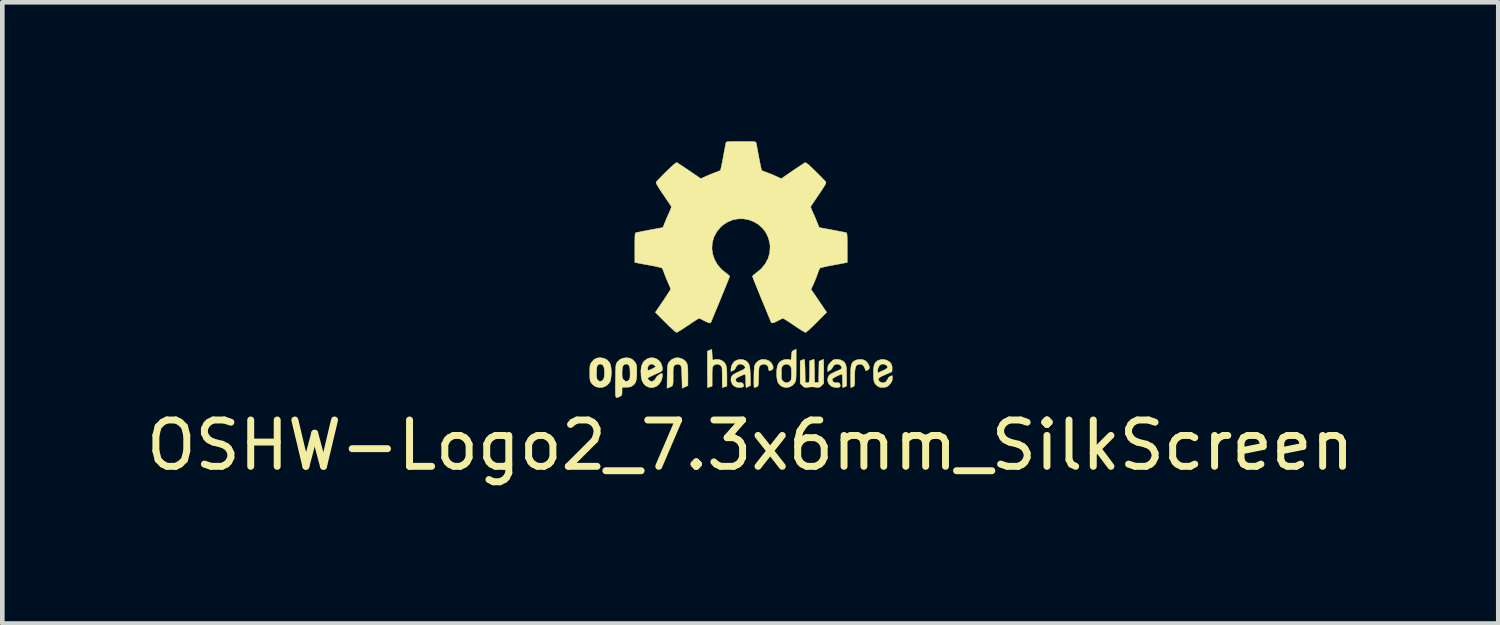
<source format=kicad_pcb>
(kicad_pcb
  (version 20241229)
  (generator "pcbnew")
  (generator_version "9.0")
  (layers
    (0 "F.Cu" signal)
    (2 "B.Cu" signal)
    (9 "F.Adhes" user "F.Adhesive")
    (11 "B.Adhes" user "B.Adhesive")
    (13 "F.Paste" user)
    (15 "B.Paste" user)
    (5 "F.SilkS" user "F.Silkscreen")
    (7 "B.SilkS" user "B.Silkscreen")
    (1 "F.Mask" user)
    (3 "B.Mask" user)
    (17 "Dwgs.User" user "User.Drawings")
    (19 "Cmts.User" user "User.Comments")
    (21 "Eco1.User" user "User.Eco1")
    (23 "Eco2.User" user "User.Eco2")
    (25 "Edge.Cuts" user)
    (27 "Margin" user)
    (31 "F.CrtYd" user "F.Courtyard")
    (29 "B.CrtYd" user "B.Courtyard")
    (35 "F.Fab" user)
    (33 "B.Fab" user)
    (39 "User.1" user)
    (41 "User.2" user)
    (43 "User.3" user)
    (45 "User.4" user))
  (footprint "OSHW-Logo2_7.3x6mm_SilkScreen"
    (layer "F.Cu")
    (at 12.949 2.763)
    (property "Reference" "OSHW-Logo2_7.3x6mm_SilkScreen" (at 0.2 3.8 0) (layer "F.SilkS") (effects (font (size 1 1) (thickness 0.15))))
    (attr exclude_from_pos_files exclude_from_bom)
    (fp_poly (pts (xy 2.653 1.959) (xy 2.67 1.966) (xy 2.711 1.999) (xy 2.747 2.047) (xy 2.769 2.097) (xy 2.772 2.122) (xy 2.76 2.157) (xy 2.734 2.175) (xy 2.706 2.187) (xy 2.693 2.189) (xy 2.687 2.174) (xy 2.674 2.141) (xy 2.669 2.127) (xy 2.639 2.076) (xy 2.595 2.05) (xy 2.538 2.051) (xy 2.534 2.052) (xy 2.504 2.067) (xy 2.481 2.094) (xy 2.466 2.139) (xy 2.457 2.205) (xy 2.453 2.294) (xy 2.453 2.341) (xy 2.453 2.416) (xy 2.452 2.467) (xy 2.448 2.499) (xy 2.442 2.518) (xy 2.432 2.529) (xy 2.417 2.537) (xy 2.416 2.538) (xy 2.387 2.55) (xy 2.372 2.555) (xy 2.37 2.541) (xy 2.368 2.503) (xy 2.367 2.446) (xy 2.366 2.374) (xy 2.366 2.322) (xy 2.367 2.22) (xy 2.37 2.143) (xy 2.377 2.086) (xy 2.389 2.045) (xy 2.407 2.014) (xy 2.432 1.99) (xy 2.457 1.973) (xy 2.517 1.951) (xy 2.587 1.946) (xy 2.653 1.959)) (stroke (width 0.01) (type solid)) (fill yes) (layer "F.SilkS"))
    (fp_poly (pts (xy -1.284 1.928) (xy -1.237 1.955) (xy -1.205 1.981) (xy -1.181 2.009) (xy -1.165 2.044) (xy -1.155 2.089) (xy -1.149 2.151) (xy -1.147 2.234) (xy -1.147 2.293) (xy -1.147 2.512) (xy -1.208 2.54) (xy -1.27 2.568) (xy -1.277 2.328) (xy -1.28 2.238) (xy -1.283 2.173) (xy -1.287 2.128) (xy -1.293 2.099) (xy -1.3 2.081) (xy -1.31 2.07) (xy -1.313 2.067) (xy -1.36 2.048) (xy -1.408 2.056) (xy -1.437 2.076) (xy -1.449 2.09) (xy -1.457 2.108) (xy -1.462 2.136) (xy -1.465 2.179) (xy -1.466 2.242) (xy -1.466 2.307) (xy -1.466 2.389) (xy -1.467 2.447) (xy -1.472 2.486) (xy -1.482 2.512) (xy -1.499 2.528) (xy -1.525 2.541) (xy -1.56 2.554) (xy -1.598 2.569) (xy -1.594 2.311) (xy -1.592 2.219) (xy -1.59 2.15) (xy -1.587 2.101) (xy -1.582 2.066) (xy -1.575 2.042) (xy -1.566 2.022) (xy -1.554 2.005) (xy -1.499 1.95) (xy -1.431 1.918) (xy -1.357 1.91) (xy -1.284 1.928)) (stroke (width 0.01) (type solid)) (fill yes) (layer "F.SilkS"))
    (fp_poly (pts (xy 0.53 1.95) (xy 0.596 1.974) (xy 0.649 2.017) (xy 0.67 2.047) (xy 0.693 2.103) (xy 0.692 2.143) (xy 0.669 2.17) (xy 0.66 2.175) (xy 0.622 2.189) (xy 0.602 2.185) (xy 0.595 2.161) (xy 0.595 2.148) (xy 0.583 2.099) (xy 0.551 2.065) (xy 0.508 2.048) (xy 0.459 2.053) (xy 0.419 2.074) (xy 0.405 2.087) (xy 0.396 2.101) (xy 0.389 2.124) (xy 0.385 2.159) (xy 0.383 2.212) (xy 0.381 2.288) (xy 0.38 2.312) (xy 0.378 2.394) (xy 0.376 2.451) (xy 0.372 2.49) (xy 0.367 2.513) (xy 0.359 2.526) (xy 0.347 2.535) (xy 0.339 2.538) (xy 0.307 2.55) (xy 0.288 2.555) (xy 0.282 2.541) (xy 0.278 2.5) (xy 0.277 2.431) (xy 0.278 2.334) (xy 0.278 2.319) (xy 0.28 2.23) (xy 0.283 2.165) (xy 0.286 2.119) (xy 0.292 2.087) (xy 0.3 2.064) (xy 0.311 2.044) (xy 0.317 2.035) (xy 0.35 1.998) (xy 0.388 1.969) (xy 0.392 1.966) (xy 0.459 1.946) (xy 0.53 1.95)) (stroke (width 0.01) (type solid)) (fill yes) (layer "F.SilkS"))
    (fp_poly (pts (xy -0.624 1.851) (xy -0.62 1.911) (xy -0.615 1.946) (xy -0.608 1.961) (xy -0.598 1.961) (xy -0.595 1.959) (xy -0.552 1.946) (xy -0.497 1.947) (xy -0.44 1.96) (xy -0.405 1.978) (xy -0.369 2.006) (xy -0.342 2.038) (xy -0.324 2.078) (xy -0.313 2.132) (xy -0.307 2.204) (xy -0.305 2.299) (xy -0.305 2.317) (xy -0.305 2.523) (xy -0.351 2.539) (xy -0.383 2.549) (xy -0.401 2.554) (xy -0.401 2.555) (xy -0.403 2.541) (xy -0.405 2.503) (xy -0.406 2.446) (xy -0.406 2.375) (xy -0.406 2.332) (xy -0.407 2.247) (xy -0.408 2.186) (xy -0.41 2.144) (xy -0.415 2.117) (xy -0.422 2.098) (xy -0.433 2.085) (xy -0.44 2.078) (xy -0.487 2.051) (xy -0.538 2.049) (xy -0.584 2.072) (xy -0.593 2.08) (xy -0.605 2.095) (xy -0.614 2.114) (xy -0.619 2.14) (xy -0.622 2.18) (xy -0.624 2.238) (xy -0.624 2.318) (xy -0.624 2.523) (xy -0.67 2.539) (xy -0.702 2.549) (xy -0.72 2.554) (xy -0.721 2.555) (xy -0.722 2.541) (xy -0.723 2.501) (xy -0.724 2.441) (xy -0.725 2.362) (xy -0.726 2.269) (xy -0.726 2.167) (xy -0.726 1.769) (xy -0.679 1.749) (xy -0.631 1.73) (xy -0.624 1.851)) (stroke (width 0.01) (type solid)) (fill yes) (layer "F.SilkS"))
    (fp_poly (pts (xy 1.78 1.959) (xy 1.782 1.997) (xy 1.784 2.055) (xy 1.785 2.128) (xy 1.785 2.205) (xy 1.785 2.465) (xy 1.739 2.511) (xy 1.708 2.539) (xy 1.68 2.551) (xy 1.642 2.55) (xy 1.627 2.548) (xy 1.58 2.543) (xy 1.541 2.54) (xy 1.531 2.54) (xy 1.499 2.541) (xy 1.453 2.546) (xy 1.436 2.548) (xy 1.392 2.552) (xy 1.363 2.544) (xy 1.334 2.521) (xy 1.323 2.511) (xy 1.277 2.465) (xy 1.277 1.979) (xy 1.314 1.962) (xy 1.346 1.949) (xy 1.365 1.945) (xy 1.369 1.959) (xy 1.374 1.997) (xy 1.378 2.056) (xy 1.381 2.132) (xy 1.382 2.195) (xy 1.386 2.446) (xy 1.421 2.451) (xy 1.452 2.447) (xy 1.468 2.436) (xy 1.472 2.415) (xy 1.476 2.371) (xy 1.478 2.309) (xy 1.48 2.235) (xy 1.48 2.197) (xy 1.48 1.977) (xy 1.526 1.961) (xy 1.559 1.95) (xy 1.576 1.945) (xy 1.577 1.945) (xy 1.578 1.959) (xy 1.58 1.997) (xy 1.582 2.054) (xy 1.584 2.127) (xy 1.585 2.195) (xy 1.589 2.446) (xy 1.676 2.446) (xy 1.68 2.217) (xy 1.684 1.989) (xy 1.727 1.967) (xy 1.758 1.952) (xy 1.777 1.945) (xy 1.777 1.945) (xy 1.78 1.959)) (stroke (width 0.01) (type solid)) (fill yes) (layer "F.SilkS"))
    (fp_poly (pts (xy -2.959 1.922) (xy -2.891 1.958) (xy -2.841 2.015) (xy -2.823 2.052) (xy -2.809 2.108) (xy -2.802 2.178) (xy -2.801 2.255) (xy -2.807 2.33) (xy -2.818 2.394) (xy -2.834 2.441) (xy -2.839 2.449) (xy -2.9 2.509) (xy -2.971 2.545) (xy -3.049 2.555) (xy -3.127 2.539) (xy -3.149 2.529) (xy -3.192 2.499) (xy -3.229 2.459) (xy -3.233 2.454) (xy -3.247 2.43) (xy -3.257 2.404) (xy -3.262 2.37) (xy -3.265 2.321) (xy -3.266 2.251) (xy -3.266 2.235) (xy -3.266 2.23) (xy -3.121 2.23) (xy -3.12 2.296) (xy -3.116 2.34) (xy -3.109 2.369) (xy -3.098 2.388) (xy -3.092 2.395) (xy -3.057 2.42) (xy -3.023 2.419) (xy -2.989 2.397) (xy -2.969 2.374) (xy -2.957 2.34) (xy -2.95 2.288) (xy -2.949 2.281) (xy -2.948 2.186) (xy -2.96 2.114) (xy -2.985 2.068) (xy -3.023 2.048) (xy -3.037 2.047) (xy -3.073 2.052) (xy -3.097 2.072) (xy -3.112 2.109) (xy -3.119 2.168) (xy -3.121 2.23) (xy -3.266 2.23) (xy -3.265 2.16) (xy -3.263 2.108) (xy -3.258 2.072) (xy -3.249 2.045) (xy -3.236 2.022) (xy -3.233 2.017) (xy -3.184 1.958) (xy -3.13 1.924) (xy -3.064 1.91) (xy -3.042 1.91) (xy -2.959 1.922)) (stroke (width 0.01) (type solid)) (fill yes) (layer "F.SilkS"))
    (fp_poly (pts (xy 3.154 1.967) (xy 3.211 2.004) (xy 3.239 2.038) (xy 3.261 2.099) (xy 3.262 2.147) (xy 3.258 2.212) (xy 3.11 2.277) (xy 3.037 2.31) (xy 2.99 2.337) (xy 2.966 2.36) (xy 2.961 2.383) (xy 2.975 2.407) (xy 2.99 2.424) (xy 3.034 2.45) (xy 3.081 2.452) (xy 3.125 2.432) (xy 3.157 2.391) (xy 3.163 2.376) (xy 3.191 2.331) (xy 3.222 2.312) (xy 3.266 2.296) (xy 3.266 2.358) (xy 3.262 2.4) (xy 3.247 2.436) (xy 3.215 2.477) (xy 3.211 2.482) (xy 3.176 2.519) (xy 3.145 2.538) (xy 3.108 2.547) (xy 3.076 2.55) (xy 3.02 2.551) (xy 2.981 2.542) (xy 2.956 2.528) (xy 2.917 2.497) (xy 2.89 2.465) (xy 2.873 2.423) (xy 2.863 2.368) (xy 2.86 2.291) (xy 2.859 2.253) (xy 2.86 2.206) (xy 2.948 2.206) (xy 2.949 2.231) (xy 2.952 2.235) (xy 2.968 2.23) (xy 3.004 2.215) (xy 3.052 2.194) (xy 3.062 2.19) (xy 3.123 2.159) (xy 3.157 2.132) (xy 3.164 2.106) (xy 3.146 2.08) (xy 3.132 2.069) (xy 3.079 2.046) (xy 3.03 2.05) (xy 2.989 2.078) (xy 2.961 2.127) (xy 2.952 2.166) (xy 2.948 2.206) (xy 2.86 2.206) (xy 2.861 2.162) (xy 2.868 2.095) (xy 2.882 2.047) (xy 2.904 2.011) (xy 2.937 1.983) (xy 2.951 1.973) (xy 3.015 1.95) (xy 3.085 1.948) (xy 3.154 1.967)) (stroke (width 0.01) (type solid)) (fill yes) (layer "F.SilkS"))
    (fp_poly (pts (xy 1.19 2.065) (xy 1.19 2.174) (xy 1.189 2.257) (xy 1.188 2.32) (xy 1.185 2.365) (xy 1.181 2.397) (xy 1.175 2.421) (xy 1.167 2.439) (xy 1.161 2.449) (xy 1.112 2.506) (xy 1.049 2.541) (xy 0.98 2.554) (xy 0.911 2.542) (xy 0.869 2.522) (xy 0.826 2.485) (xy 0.796 2.441) (xy 0.779 2.383) (xy 0.77 2.306) (xy 0.769 2.25) (xy 0.769 2.246) (xy 0.871 2.246) (xy 0.871 2.311) (xy 0.874 2.354) (xy 0.881 2.382) (xy 0.893 2.402) (xy 0.906 2.417) (xy 0.953 2.447) (xy 1.004 2.449) (xy 1.051 2.425) (xy 1.055 2.421) (xy 1.071 2.404) (xy 1.081 2.383) (xy 1.086 2.352) (xy 1.088 2.305) (xy 1.089 2.252) (xy 1.088 2.185) (xy 1.085 2.141) (xy 1.078 2.112) (xy 1.066 2.091) (xy 1.057 2.08) (xy 1.013 2.052) (xy 0.962 2.049) (xy 0.914 2.07) (xy 0.904 2.078) (xy 0.889 2.096) (xy 0.879 2.117) (xy 0.873 2.148) (xy 0.871 2.196) (xy 0.871 2.246) (xy 0.769 2.246) (xy 0.773 2.159) (xy 0.785 2.09) (xy 0.807 2.039) (xy 0.842 1.998) (xy 0.869 1.978) (xy 0.919 1.956) (xy 0.976 1.945) (xy 1.03 1.948) (xy 1.06 1.959) (xy 1.071 1.962) (xy 1.079 1.951) (xy 1.084 1.919) (xy 1.089 1.871) (xy 1.093 1.817) (xy 1.099 1.784) (xy 1.111 1.766) (xy 1.131 1.754) (xy 1.143 1.748) (xy 1.19 1.729) (xy 1.19 2.065)) (stroke (width 0.01) (type solid)) (fill yes) (layer "F.SilkS"))
    (fp_poly (pts (xy -1.832 1.931) (xy -1.774 1.97) (xy -1.73 2.025) (xy -1.704 2.096) (xy -1.698 2.148) (xy -1.699 2.17) (xy -1.704 2.187) (xy -1.718 2.201) (xy -1.745 2.218) (xy -1.79 2.239) (xy -1.857 2.269) (xy -1.858 2.27) (xy -1.92 2.298) (xy -1.97 2.323) (xy -2.005 2.342) (xy -2.017 2.353) (xy -2.017 2.353) (xy -2.006 2.376) (xy -1.98 2.402) (xy -1.949 2.42) (xy -1.934 2.424) (xy -1.891 2.411) (xy -1.855 2.379) (xy -1.837 2.345) (xy -1.82 2.319) (xy -1.787 2.29) (xy -1.748 2.264) (xy -1.713 2.25) (xy -1.706 2.25) (xy -1.698 2.262) (xy -1.697 2.294) (xy -1.703 2.337) (xy -1.715 2.383) (xy -1.73 2.423) (xy -1.731 2.424) (xy -1.777 2.489) (xy -1.837 2.533) (xy -1.906 2.555) (xy -1.976 2.552) (xy -2.044 2.524) (xy -2.047 2.522) (xy -2.101 2.473) (xy -2.136 2.41) (xy -2.155 2.327) (xy -2.158 2.304) (xy -2.162 2.194) (xy -2.157 2.143) (xy -2.017 2.143) (xy -2.016 2.175) (xy -2.006 2.184) (xy -1.981 2.177) (xy -1.942 2.161) (xy -1.899 2.14) (xy -1.898 2.139) (xy -1.861 2.12) (xy -1.846 2.107) (xy -1.85 2.093) (xy -1.865 2.076) (xy -1.904 2.05) (xy -1.946 2.048) (xy -1.984 2.067) (xy -2.01 2.103) (xy -2.017 2.143) (xy -2.157 2.143) (xy -2.153 2.106) (xy -2.128 2.036) (xy -2.095 1.987) (xy -2.033 1.938) (xy -1.966 1.913) (xy -1.897 1.912) (xy -1.832 1.931)) (stroke (width 0.01) (type solid)) (fill yes) (layer "F.SilkS"))
    (fp_poly (pts (xy 0.04 1.951) (xy 0.097 1.972) (xy 0.097 1.972) (xy 0.132 1.998) (xy 0.158 2.029) (xy 0.177 2.068) (xy 0.189 2.121) (xy 0.196 2.194) (xy 0.2 2.289) (xy 0.201 2.303) (xy 0.206 2.509) (xy 0.162 2.532) (xy 0.13 2.547) (xy 0.11 2.554) (xy 0.11 2.555) (xy 0.106 2.541) (xy 0.104 2.505) (xy 0.102 2.451) (xy 0.102 2.408) (xy 0.102 2.339) (xy 0.098 2.295) (xy 0.087 2.274) (xy 0.064 2.273) (xy 0.022 2.289) (xy -0.04 2.318) (xy -0.086 2.342) (xy -0.109 2.363) (xy -0.116 2.386) (xy -0.116 2.387) (xy -0.105 2.426) (xy -0.071 2.447) (xy -0.019 2.451) (xy 0.018 2.45) (xy 0.038 2.461) (xy 0.05 2.487) (xy 0.057 2.519) (xy 0.047 2.538) (xy 0.043 2.541) (xy 0.007 2.551) (xy -0.043 2.553) (xy -0.095 2.546) (xy -0.132 2.533) (xy -0.183 2.49) (xy -0.212 2.429) (xy -0.218 2.382) (xy -0.213 2.34) (xy -0.198 2.305) (xy -0.166 2.275) (xy -0.115 2.244) (xy -0.041 2.209) (xy -0.036 2.207) (xy 0.031 2.176) (xy 0.072 2.151) (xy 0.09 2.128) (xy 0.086 2.105) (xy 0.063 2.078) (xy 0.056 2.072) (xy 0.009 2.048) (xy -0.04 2.049) (xy -0.082 2.072) (xy -0.111 2.116) (xy -0.113 2.124) (xy -0.139 2.165) (xy -0.171 2.185) (xy -0.218 2.205) (xy -0.218 2.154) (xy -0.204 2.08) (xy -0.161 2.012) (xy -0.139 1.99) (xy -0.089 1.961) (xy -0.026 1.947) (xy 0.04 1.951)) (stroke (width 0.01) (type solid)) (fill yes) (layer "F.SilkS"))
    (fp_poly (pts (xy -2.4 1.92) (xy -2.345 1.948) (xy -2.296 1.998) (xy -2.282 2.017) (xy -2.268 2.042) (xy -2.258 2.069) (xy -2.253 2.105) (xy -2.25 2.156) (xy -2.25 2.224) (xy -2.252 2.318) (xy -2.261 2.388) (xy -2.277 2.44) (xy -2.303 2.48) (xy -2.34 2.513) (xy -2.342 2.515) (xy -2.379 2.535) (xy -2.422 2.545) (xy -2.478 2.547) (xy -2.569 2.547) (xy -2.569 2.635) (xy -2.57 2.684) (xy -2.575 2.713) (xy -2.588 2.73) (xy -2.614 2.745) (xy -2.62 2.748) (xy -2.649 2.762) (xy -2.672 2.77) (xy -2.688 2.771) (xy -2.7 2.761) (xy -2.707 2.737) (xy -2.712 2.696) (xy -2.713 2.636) (xy -2.713 2.553) (xy -2.712 2.445) (xy -2.711 2.413) (xy -2.71 2.302) (xy -2.709 2.229) (xy -2.569 2.229) (xy -2.568 2.29) (xy -2.565 2.331) (xy -2.557 2.358) (xy -2.543 2.378) (xy -2.533 2.388) (xy -2.495 2.418) (xy -2.46 2.42) (xy -2.425 2.396) (xy -2.424 2.395) (xy -2.409 2.376) (xy -2.401 2.351) (xy -2.396 2.312) (xy -2.395 2.252) (xy -2.395 2.238) (xy -2.398 2.156) (xy -2.409 2.099) (xy -2.429 2.064) (xy -2.458 2.048) (xy -2.476 2.047) (xy -2.516 2.054) (xy -2.544 2.078) (xy -2.561 2.123) (xy -2.568 2.191) (xy -2.569 2.229) (xy -2.709 2.229) (xy -2.708 2.215) (xy -2.706 2.15) (xy -2.704 2.103) (xy -2.7 2.069) (xy -2.694 2.045) (xy -2.687 2.028) (xy -2.677 2.012) (xy -2.673 2.006) (xy -2.619 1.951) (xy -2.55 1.92) (xy -2.47 1.911) (xy -2.4 1.92)) (stroke (width 0.01) (type solid)) (fill yes) (layer "F.SilkS"))
    (fp_poly (pts (xy 2.145 1.956) (xy 2.187 1.975) (xy 2.219 1.998) (xy 2.244 2.024) (xy 2.26 2.057) (xy 2.271 2.103) (xy 2.276 2.165) (xy 2.279 2.249) (xy 2.279 2.305) (xy 2.279 2.521) (xy 2.242 2.538) (xy 2.213 2.55) (xy 2.198 2.555) (xy 2.195 2.541) (xy 2.193 2.505) (xy 2.192 2.452) (xy 2.192 2.409) (xy 2.19 2.348) (xy 2.187 2.3) (xy 2.182 2.271) (xy 2.178 2.264) (xy 2.153 2.271) (xy 2.112 2.287) (xy 2.066 2.309) (xy 2.021 2.333) (xy 1.986 2.355) (xy 1.97 2.37) (xy 1.97 2.37) (xy 1.971 2.397) (xy 1.984 2.423) (xy 2.006 2.444) (xy 2.038 2.451) (xy 2.065 2.451) (xy 2.104 2.45) (xy 2.124 2.459) (xy 2.136 2.483) (xy 2.138 2.488) (xy 2.143 2.522) (xy 2.129 2.543) (xy 2.092 2.552) (xy 2.052 2.554) (xy 1.981 2.541) (xy 1.943 2.521) (xy 1.898 2.476) (xy 1.873 2.42) (xy 1.871 2.361) (xy 1.892 2.306) (xy 1.923 2.271) (xy 1.953 2.252) (xy 2.002 2.228) (xy 2.058 2.203) (xy 2.068 2.199) (xy 2.13 2.172) (xy 2.166 2.148) (xy 2.177 2.124) (xy 2.167 2.097) (xy 2.148 2.076) (xy 2.104 2.05) (xy 2.056 2.048) (xy 2.012 2.068) (xy 1.981 2.108) (xy 1.977 2.118) (xy 1.952 2.156) (xy 1.917 2.184) (xy 1.872 2.207) (xy 1.872 2.141) (xy 1.875 2.102) (xy 1.886 2.07) (xy 1.911 2.036) (xy 1.935 2.01) (xy 1.972 1.974) (xy 2.001 1.954) (xy 2.033 1.946) (xy 2.068 1.945) (xy 2.145 1.956)) (stroke (width 0.01) (type solid)) (fill yes) (layer "F.SilkS"))
    (fp_poly (pts (xy 0.104 -2.758) (xy 0.182 -2.757) (xy 0.239 -2.756) (xy 0.278 -2.754) (xy 0.303 -2.75) (xy 0.316 -2.744) (xy 0.323 -2.737) (xy 0.326 -2.726) (xy 0.327 -2.725) (xy 0.332 -2.701) (xy 0.341 -2.653) (xy 0.353 -2.587) (xy 0.368 -2.508) (xy 0.385 -2.42) (xy 0.385 -2.417) (xy 0.401 -2.331) (xy 0.417 -2.255) (xy 0.43 -2.194) (xy 0.44 -2.152) (xy 0.446 -2.133) (xy 0.447 -2.133) (xy 0.465 -2.124) (xy 0.502 -2.109) (xy 0.551 -2.091) (xy 0.552 -2.091) (xy 0.613 -2.068) (xy 0.686 -2.038) (xy 0.754 -2.008) (xy 0.757 -2.007) (xy 0.869 -1.956) (xy 1.115 -2.125) (xy 1.191 -2.176) (xy 1.26 -2.222) (xy 1.317 -2.26) (xy 1.359 -2.287) (xy 1.383 -2.301) (xy 1.385 -2.302) (xy 1.402 -2.298) (xy 1.434 -2.275) (xy 1.481 -2.235) (xy 1.546 -2.174) (xy 1.612 -2.11) (xy 1.676 -2.046) (xy 1.733 -1.989) (xy 1.78 -1.94) (xy 1.814 -1.904) (xy 1.83 -1.884) (xy 1.831 -1.883) (xy 1.833 -1.869) (xy 1.826 -1.847) (xy 1.809 -1.814) (xy 1.779 -1.765) (xy 1.737 -1.699) (xy 1.679 -1.614) (xy 1.629 -1.54) (xy 1.583 -1.473) (xy 1.546 -1.417) (xy 1.519 -1.378) (xy 1.506 -1.357) (xy 1.505 -1.356) (xy 1.507 -1.336) (xy 1.519 -1.298) (xy 1.54 -1.248) (xy 1.547 -1.232) (xy 1.58 -1.162) (xy 1.614 -1.082) (xy 1.642 -1.012) (xy 1.663 -0.961) (xy 1.679 -0.922) (xy 1.688 -0.901) (xy 1.689 -0.9) (xy 1.706 -0.897) (xy 1.746 -0.89) (xy 1.804 -0.879) (xy 1.875 -0.866) (xy 1.952 -0.852) (xy 2.032 -0.837) (xy 2.107 -0.822) (xy 2.174 -0.809) (xy 2.227 -0.799) (xy 2.26 -0.792) (xy 2.268 -0.79) (xy 2.276 -0.785) (xy 2.283 -0.774) (xy 2.287 -0.754) (xy 2.29 -0.72) (xy 2.292 -0.67) (xy 2.293 -0.599) (xy 2.293 -0.504) (xy 2.293 -0.465) (xy 2.293 -0.147) (xy 2.217 -0.132) (xy 2.175 -0.124) (xy 2.111 -0.112) (xy 2.035 -0.098) (xy 1.953 -0.083) (xy 1.93 -0.079) (xy 1.855 -0.064) (xy 1.789 -0.049) (xy 1.738 -0.037) (xy 1.709 -0.027) (xy 1.704 -0.024) (xy 1.691 -0.003) (xy 1.674 0.038) (xy 1.655 0.09) (xy 1.651 0.102) (xy 1.625 0.172) (xy 1.594 0.25) (xy 1.563 0.321) (xy 1.563 0.322) (xy 1.511 0.433) (xy 1.68 0.681) (xy 1.849 0.93) (xy 1.632 1.147) (xy 1.567 1.212) (xy 1.507 1.269) (xy 1.456 1.315) (xy 1.418 1.348) (xy 1.396 1.363) (xy 1.392 1.364) (xy 1.374 1.356) (xy 1.335 1.335) (xy 1.281 1.301) (xy 1.216 1.259) (xy 1.146 1.212) (xy 1.075 1.164) (xy 1.011 1.122) (xy 0.959 1.089) (xy 0.923 1.067) (xy 0.907 1.06) (xy 0.887 1.066) (xy 0.85 1.083) (xy 0.803 1.107) (xy 0.798 1.11) (xy 0.734 1.142) (xy 0.69 1.158) (xy 0.663 1.158) (xy 0.649 1.143) (xy 0.649 1.143) (xy 0.642 1.126) (xy 0.625 1.085) (xy 0.6 1.024) (xy 0.567 0.945) (xy 0.529 0.852) (xy 0.486 0.748) (xy 0.444 0.648) (xy 0.399 0.537) (xy 0.357 0.434) (xy 0.32 0.342) (xy 0.289 0.265) (xy 0.266 0.206) (xy 0.251 0.167) (xy 0.247 0.153) (xy 0.258 0.136) (xy 0.287 0.11) (xy 0.326 0.081) (xy 0.437 -0.011) (xy 0.523 -0.116) (xy 0.585 -0.233) (xy 0.62 -0.358) (xy 0.628 -0.49) (xy 0.622 -0.552) (xy 0.591 -0.678) (xy 0.538 -0.79) (xy 0.466 -0.886) (xy 0.378 -0.965) (xy 0.278 -1.026) (xy 0.168 -1.067) (xy 0.053 -1.089) (xy -0.065 -1.088) (xy -0.181 -1.066) (xy -0.294 -1.019) (xy -0.4 -0.948) (xy -0.444 -0.908) (xy -0.528 -0.805) (xy -0.587 -0.692) (xy -0.62 -0.573) (xy -0.629 -0.451) (xy -0.613 -0.329) (xy -0.573 -0.211) (xy -0.51 -0.1) (xy -0.423 0.002) (xy -0.326 0.081) (xy -0.286 0.111) (xy -0.257 0.137) (xy -0.247 0.153) (xy -0.252 0.17) (xy -0.267 0.21) (xy -0.291 0.272) (xy -0.323 0.35) (xy -0.36 0.443) (xy -0.403 0.546) (xy -0.444 0.648) (xy -0.49 0.759) (xy -0.533 0.862) (xy -0.571 0.953) (xy -0.603 1.03) (xy -0.627 1.09) (xy -0.643 1.129) (xy -0.649 1.143) (xy -0.663 1.158) (xy -0.69 1.158) (xy -0.734 1.142) (xy -0.797 1.11) (xy -0.798 1.11) (xy -0.845 1.085) (xy -0.884 1.067) (xy -0.906 1.06) (xy -0.907 1.06) (xy -0.923 1.067) (xy -0.96 1.089) (xy -1.012 1.122) (xy -1.075 1.164) (xy -1.146 1.212) (xy -1.218 1.26) (xy -1.283 1.302) (xy -1.336 1.335) (xy -1.374 1.357) (xy -1.392 1.364) (xy -1.409 1.354) (xy -1.443 1.327) (xy -1.49 1.284) (xy -1.547 1.231) (xy -1.612 1.168) (xy -1.633 1.147) (xy -1.85 0.93) (xy -1.684 0.687) (xy -1.634 0.613) (xy -1.59 0.546) (xy -1.555 0.491) (xy -1.53 0.451) (xy -1.519 0.43) (xy -1.519 0.429) (xy -1.525 0.409) (xy -1.54 0.37) (xy -1.562 0.317) (xy -1.578 0.282) (xy -1.607 0.215) (xy -1.635 0.147) (xy -1.656 0.09) (xy -1.662 0.073) (xy -1.679 0.026) (xy -1.695 -0.01) (xy -1.704 -0.024) (xy -1.723 -0.032) (xy -1.766 -0.044) (xy -1.826 -0.058) (xy -1.898 -0.073) (xy -1.93 -0.079) (xy -2.012 -0.094) (xy -2.091 -0.108) (xy -2.159 -0.121) (xy -2.208 -0.13) (xy -2.217 -0.132) (xy -2.293 -0.147) (xy -2.293 -0.465) (xy -2.293 -0.569) (xy -2.292 -0.648) (xy -2.291 -0.705) (xy -2.288 -0.744) (xy -2.284 -0.769) (xy -2.279 -0.782) (xy -2.271 -0.789) (xy -2.268 -0.79) (xy -2.249 -0.794) (xy -2.207 -0.802) (xy -2.148 -0.814) (xy -2.077 -0.828) (xy -1.999 -0.843) (xy -1.92 -0.858) (xy -1.845 -0.872) (xy -1.779 -0.884) (xy -1.727 -0.894) (xy -1.696 -0.899) (xy -1.689 -0.9) (xy -1.683 -0.912) (xy -1.669 -0.946) (xy -1.65 -0.994) (xy -1.642 -1.012) (xy -1.613 -1.085) (xy -1.578 -1.165) (xy -1.547 -1.232) (xy -1.525 -1.284) (xy -1.51 -1.326) (xy -1.504 -1.352) (xy -1.505 -1.356) (xy -1.516 -1.372) (xy -1.54 -1.409) (xy -1.576 -1.461) (xy -1.62 -1.526) (xy -1.67 -1.6) (xy -1.68 -1.614) (xy -1.738 -1.7) (xy -1.78 -1.766) (xy -1.809 -1.814) (xy -1.826 -1.847) (xy -1.833 -1.869) (xy -1.831 -1.883) (xy -1.831 -1.883) (xy -1.816 -1.901) (xy -1.785 -1.935) (xy -1.739 -1.983) (xy -1.683 -2.04) (xy -1.62 -2.103) (xy -1.612 -2.11) (xy -1.533 -2.187) (xy -1.471 -2.244) (xy -1.427 -2.281) (xy -1.398 -2.3) (xy -1.385 -2.302) (xy -1.367 -2.292) (xy -1.328 -2.267) (xy -1.274 -2.231) (xy -1.207 -2.187) (xy -1.133 -2.137) (xy -1.115 -2.125) (xy -0.869 -1.956) (xy -0.757 -2.007) (xy -0.69 -2.036) (xy -0.617 -2.066) (xy -0.554 -2.09) (xy -0.552 -2.091) (xy -0.503 -2.109) (xy -0.465 -2.124) (xy -0.447 -2.133) (xy -0.447 -2.133) (xy -0.441 -2.149) (xy -0.431 -2.19) (xy -0.418 -2.25) (xy -0.403 -2.325) (xy -0.386 -2.41) (xy -0.385 -2.417) (xy -0.369 -2.505) (xy -0.354 -2.585) (xy -0.341 -2.651) (xy -0.332 -2.7) (xy -0.327 -2.725) (xy -0.327 -2.725) (xy -0.323 -2.736) (xy -0.317 -2.744) (xy -0.305 -2.75) (xy -0.281 -2.753) (xy -0.244 -2.756) (xy -0.19 -2.757) (xy -0.114 -2.758) (xy -0.013 -2.758) (xy 0 -2.758) (xy 0.104 -2.758)) (stroke (width 0.01) (type solid)) (fill yes) (layer "F.SilkS")))
  (gr_rect
    (start -3 -3)
    (end 29.298 10.411)
    (stroke (width 0.1) (type default))
    (fill no)
    (layer "Edge.Cuts")))
</source>
